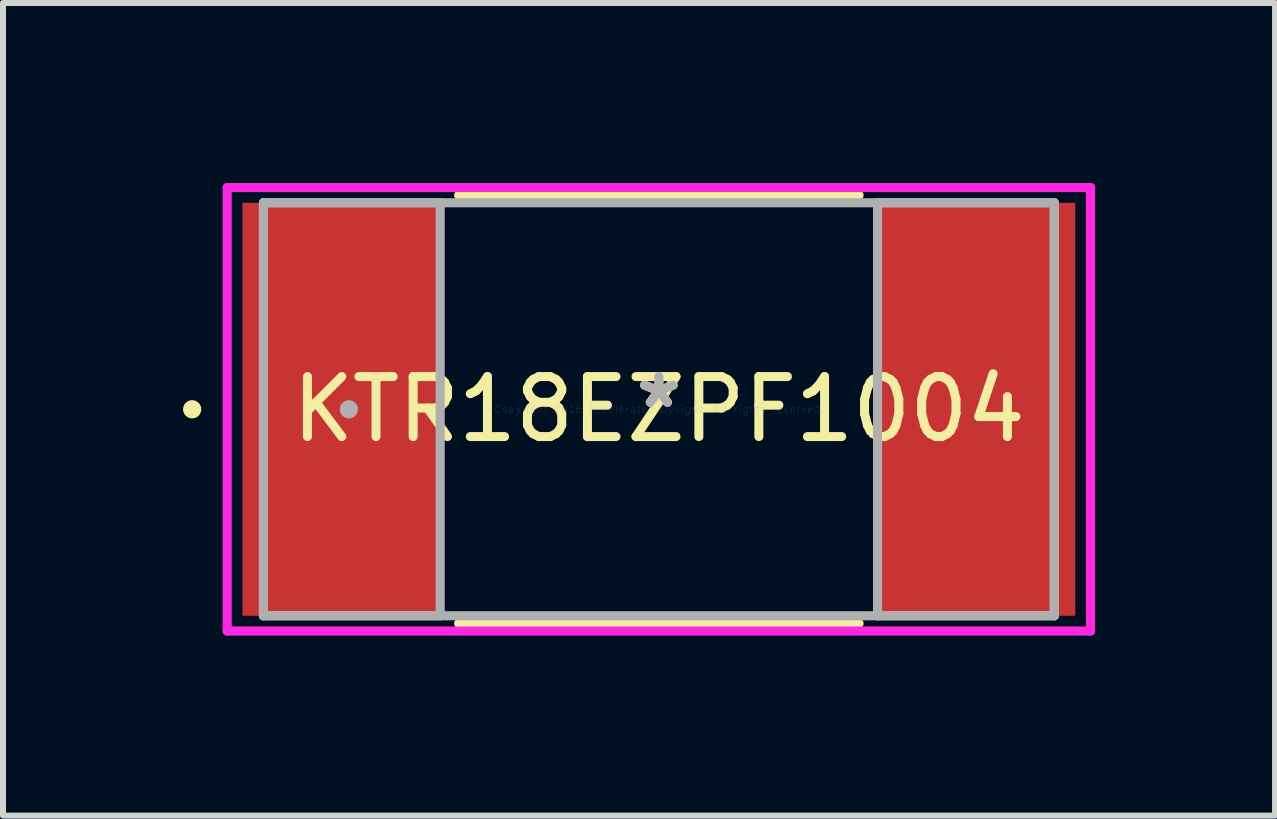
<source format=kicad_pcb>
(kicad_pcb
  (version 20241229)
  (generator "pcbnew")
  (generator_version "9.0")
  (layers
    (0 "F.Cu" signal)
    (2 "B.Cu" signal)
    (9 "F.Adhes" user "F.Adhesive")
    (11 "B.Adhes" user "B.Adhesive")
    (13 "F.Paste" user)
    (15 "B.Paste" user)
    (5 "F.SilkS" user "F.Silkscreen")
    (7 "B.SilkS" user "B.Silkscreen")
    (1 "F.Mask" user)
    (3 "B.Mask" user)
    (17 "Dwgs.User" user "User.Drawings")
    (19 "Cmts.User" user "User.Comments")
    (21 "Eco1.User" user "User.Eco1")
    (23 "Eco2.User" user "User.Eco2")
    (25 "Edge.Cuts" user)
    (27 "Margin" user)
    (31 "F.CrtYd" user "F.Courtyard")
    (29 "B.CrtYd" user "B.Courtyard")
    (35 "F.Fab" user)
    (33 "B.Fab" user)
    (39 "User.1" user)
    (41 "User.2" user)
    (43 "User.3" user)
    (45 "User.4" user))
  (footprint "KTR18EZPF1004"
    (layer "F.Cu")
    (at 7.932 3.772)
    (property "Reference" "KTR18EZPF1004" (at 0 0 0) (layer "F.SilkS") (effects (font (size 1 1) (thickness 0.15))))
    (attr through_hole)
    (fp_line (start -3.337 3.569) (end 3.337 3.569) (stroke (width 0.152) (type solid)) (layer "F.SilkS"))
    (fp_line (start 3.337 -3.569) (end -3.337 -3.569) (stroke (width 0.152) (type solid)) (layer "F.SilkS"))
    (fp_circle (center -7.779 0) (end -7.703 0) (stroke (width 0.152) (type solid)) (fill no) (layer "F.SilkS"))
    (fp_line (start -7.195 -3.696) (end 7.195 -3.696) (stroke (width 0.152) (type solid)) (layer "F.CrtYd"))
    (fp_line (start -7.195 3.696) (end -7.195 -3.696) (stroke (width 0.152) (type solid)) (layer "F.CrtYd"))
    (fp_line (start 7.195 -3.696) (end 7.195 3.696) (stroke (width 0.152) (type solid)) (layer "F.CrtYd"))
    (fp_line (start 7.195 3.696) (end -7.195 3.696) (stroke (width 0.152) (type solid)) (layer "F.CrtYd"))
    (fp_line (start -6.591 -3.442) (end -6.591 3.442) (stroke (width 0.152) (type solid)) (layer "F.Fab"))
    (fp_line (start -6.591 -3.442) (end -6.591 3.442) (stroke (width 0.152) (type solid)) (layer "F.Fab"))
    (fp_line (start -6.591 3.442) (end -3.645 3.442) (stroke (width 0.152) (type solid)) (layer "F.Fab"))
    (fp_line (start -6.591 3.442) (end 6.591 3.442) (stroke (width 0.152) (type solid)) (layer "F.Fab"))
    (fp_line (start -3.645 -3.442) (end -6.591 -3.442) (stroke (width 0.152) (type solid)) (layer "F.Fab"))
    (fp_line (start -3.645 3.442) (end -3.645 -3.442) (stroke (width 0.152) (type solid)) (layer "F.Fab"))
    (fp_line (start 3.645 -3.442) (end 3.645 3.442) (stroke (width 0.152) (type solid)) (layer "F.Fab"))
    (fp_line (start 3.645 3.442) (end 6.591 3.442) (stroke (width 0.152) (type solid)) (layer "F.Fab"))
    (fp_line (start 6.591 -3.442) (end -6.591 -3.442) (stroke (width 0.152) (type solid)) (layer "F.Fab"))
    (fp_line (start 6.591 -3.442) (end 3.645 -3.442) (stroke (width 0.152) (type solid)) (layer "F.Fab"))
    (fp_line (start 6.591 3.442) (end 6.591 -3.442) (stroke (width 0.152) (type solid)) (layer "F.Fab"))
    (fp_line (start 6.591 3.442) (end 6.591 -3.442) (stroke (width 0.152) (type solid)) (layer "F.Fab"))
    (fp_circle (center -5.166 0) (end -5.09 0) (stroke (width 0.152) (type solid)) (fill no) (layer "F.Fab"))
    (fp_text user "*" (at 0 0 0) (layer "F.SilkS") (effects (font (size 1 1) (thickness 0.15))))
    (fp_text user "Copyright 2016 Accelerated Designs. All rights reserved." (at 0 0 0) (layer "Cmts.User") (effects (font (size 0.127 0.127) (thickness 0.002))))
    (fp_text user "*" (at 0 0 0) (layer "F.Fab") (effects (font (size 1 1) (thickness 0.15))))
    (pad "1" smd rect (at -5.293 0) (size 3.296 6.883) (layers "F.Cu" "F.Mask" "F.Paste"))
    (pad "2" smd rect (at 5.293 0) (size 3.296 6.883) (layers "F.Cu" "F.Mask" "F.Paste")))
  (gr_rect
    (start -3 -3)
    (end 18.203 10.544)
    (stroke (width 0.1) (type default))
    (fill no)
    (layer "Edge.Cuts")))
</source>
